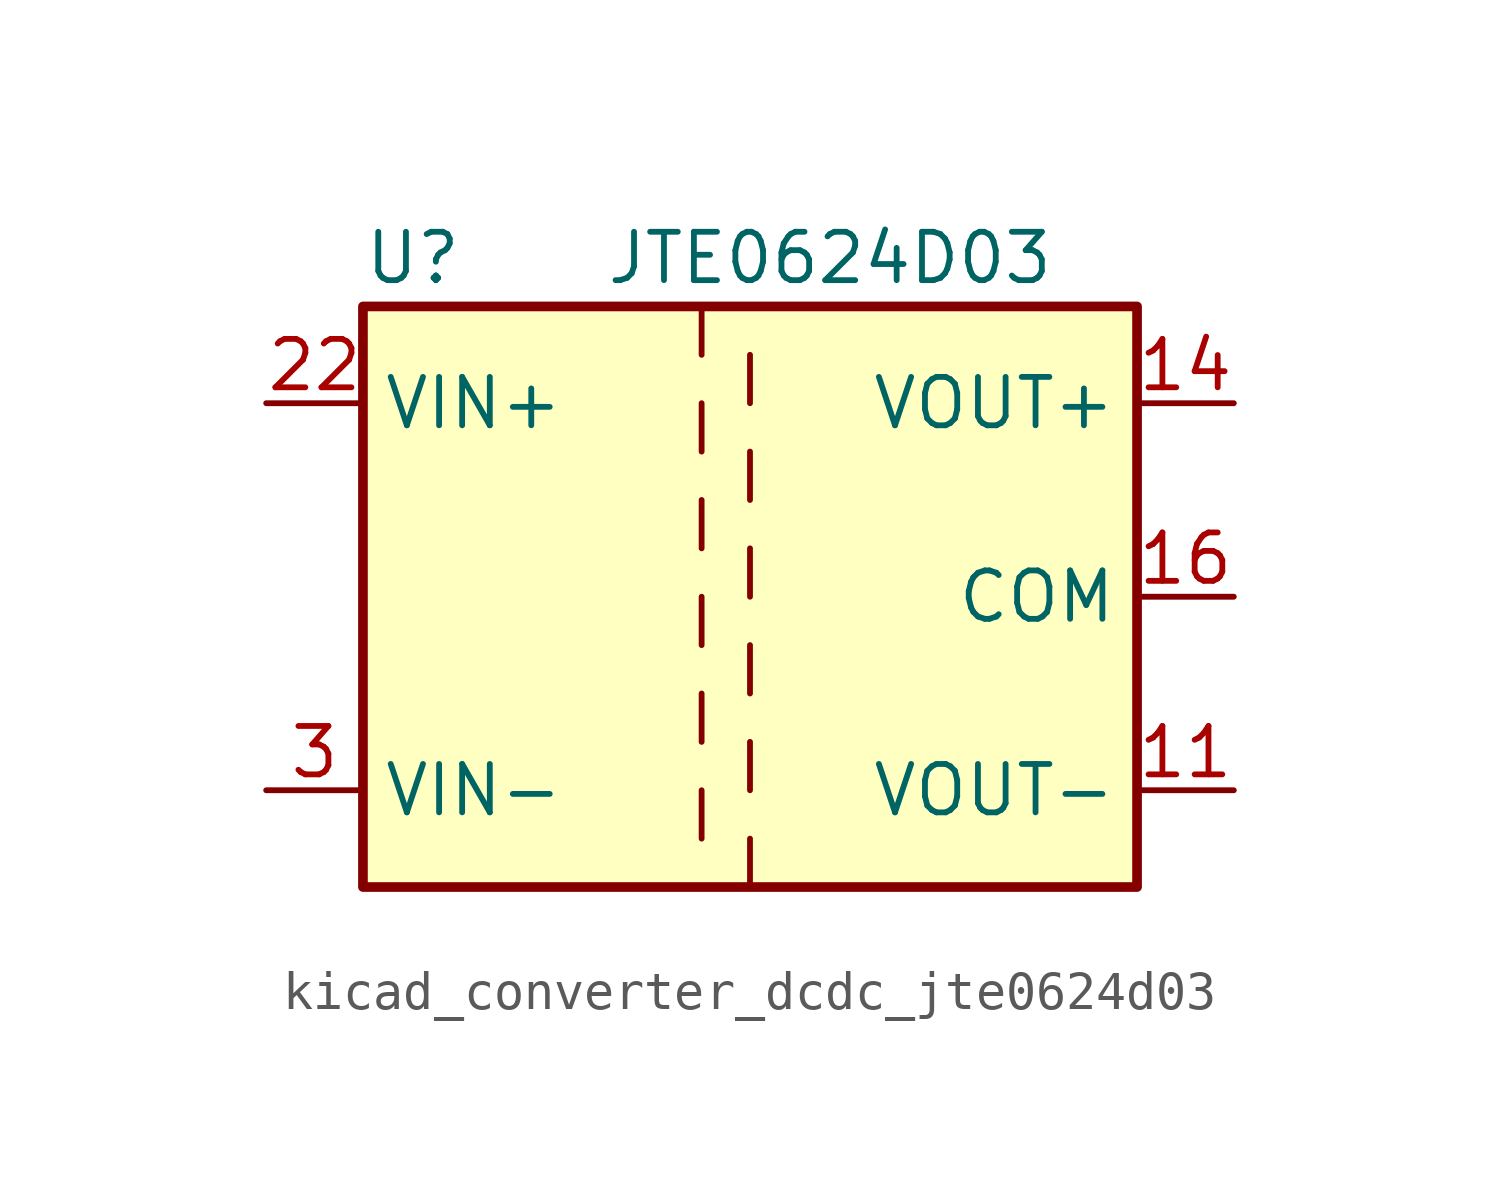
<source format=kicad_sym>
(kicad_symbol_lib
  (version 20220914)
  (generator kicad_symbol_editor)
  (symbol "kicad_converter_dcdc_jte0624d03"
    (property "Reference" "U"
      (at -10.16 8.89 0)
      (effects (font (size 1.27 1.27)) (justify left)))
    (property "Value" "JTE0624D03"
      (at -3.81 8.89 0)
      (effects (font (size 1.27 1.27)) (justify left)))
    (symbol "kicad_converter_dcdc_jte0624d03_0_1"
      (rectangle (start -10.16 7.62) (end 10.16 -7.62) (stroke (width 0.254) (type default)) (fill (type background)))
      (polyline (pts (xy -1.27 -5.08) (xy -1.27 -6.35)) (stroke (width 0) (type default)) (fill (type none)))
      (polyline (pts (xy -1.27 -2.54) (xy -1.27 -3.81)) (stroke (width 0) (type default)) (fill (type none)))
      (polyline (pts (xy -1.27 0) (xy -1.27 -1.27)) (stroke (width 0) (type default)) (fill (type none)))
      (polyline (pts (xy -1.27 2.54) (xy -1.27 1.27)) (stroke (width 0) (type default)) (fill (type none)))
      (polyline (pts (xy -1.27 5.08) (xy -1.27 3.81)) (stroke (width 0) (type default)) (fill (type none)))
      (polyline (pts (xy -1.27 7.62) (xy -1.27 6.35)) (stroke (width 0) (type default)) (fill (type none)))
      (polyline (pts (xy 0 -7.62) (xy 0 -6.35)) (stroke (width 0) (type default)) (fill (type none)))
      (polyline (pts (xy 0 -5.08) (xy 0 -3.81)) (stroke (width 0) (type default)) (fill (type none)))
      (polyline (pts (xy 0 -1.27) (xy 0 -2.54)) (stroke (width 0) (type default)) (fill (type none)))
      (polyline (pts (xy 0 0) (xy 0 1.27)) (stroke (width 0) (type default)) (fill (type none)))
      (polyline (pts (xy 0 2.54) (xy 0 3.81)) (stroke (width 0) (type default)) (fill (type none)))
      (polyline (pts (xy 0 5.08) (xy 0 6.35)) (stroke (width 0) (type default)) (fill (type none))))
    (symbol "kicad_converter_dcdc_jte0624d03_1_1"
      (pin power_out line (at 12.7 -5.08 180) (length 2.54) (name "VOUT-" (effects (font (size 1.27 1.27)))) (number "11" (effects (font (size 1.27 1.27)))))
      (pin power_out line (at 12.7 5.08 180) (length 2.54) (name "VOUT+" (effects (font (size 1.27 1.27)))) (number "14" (effects (font (size 1.27 1.27)))))
      (pin power_out line (at 12.7 0 180) (length 2.54) (name "COM" (effects (font (size 1.27 1.27)))) (number "16" (effects (font (size 1.27 1.27)))))
      (pin passive line (at -12.7 -5.08 0) (length 2.54) hide (name "VIN-" (effects (font (size 1.27 1.27)))) (number "2" (effects (font (size 1.27 1.27)))))
      (pin power_in line (at -12.7 5.08 0) (length 2.54) (name "VIN+" (effects (font (size 1.27 1.27)))) (number "22" (effects (font (size 1.27 1.27)))))
      (pin passive line (at -12.7 5.08 0) (length 2.54) hide (name "VIN+" (effects (font (size 1.27 1.27)))) (number "23" (effects (font (size 1.27 1.27)))))
      (pin power_in line (at -12.7 -5.08 0) (length 2.54) (name "VIN-" (effects (font (size 1.27 1.27)))) (number "3" (effects (font (size 1.27 1.27)))))
      (pin passive line (at 12.7 0 180) (length 2.54) hide (name "COM" (effects (font (size 1.27 1.27)))) (number "9" (effects (font (size 1.27 1.27))))))))
</source>
